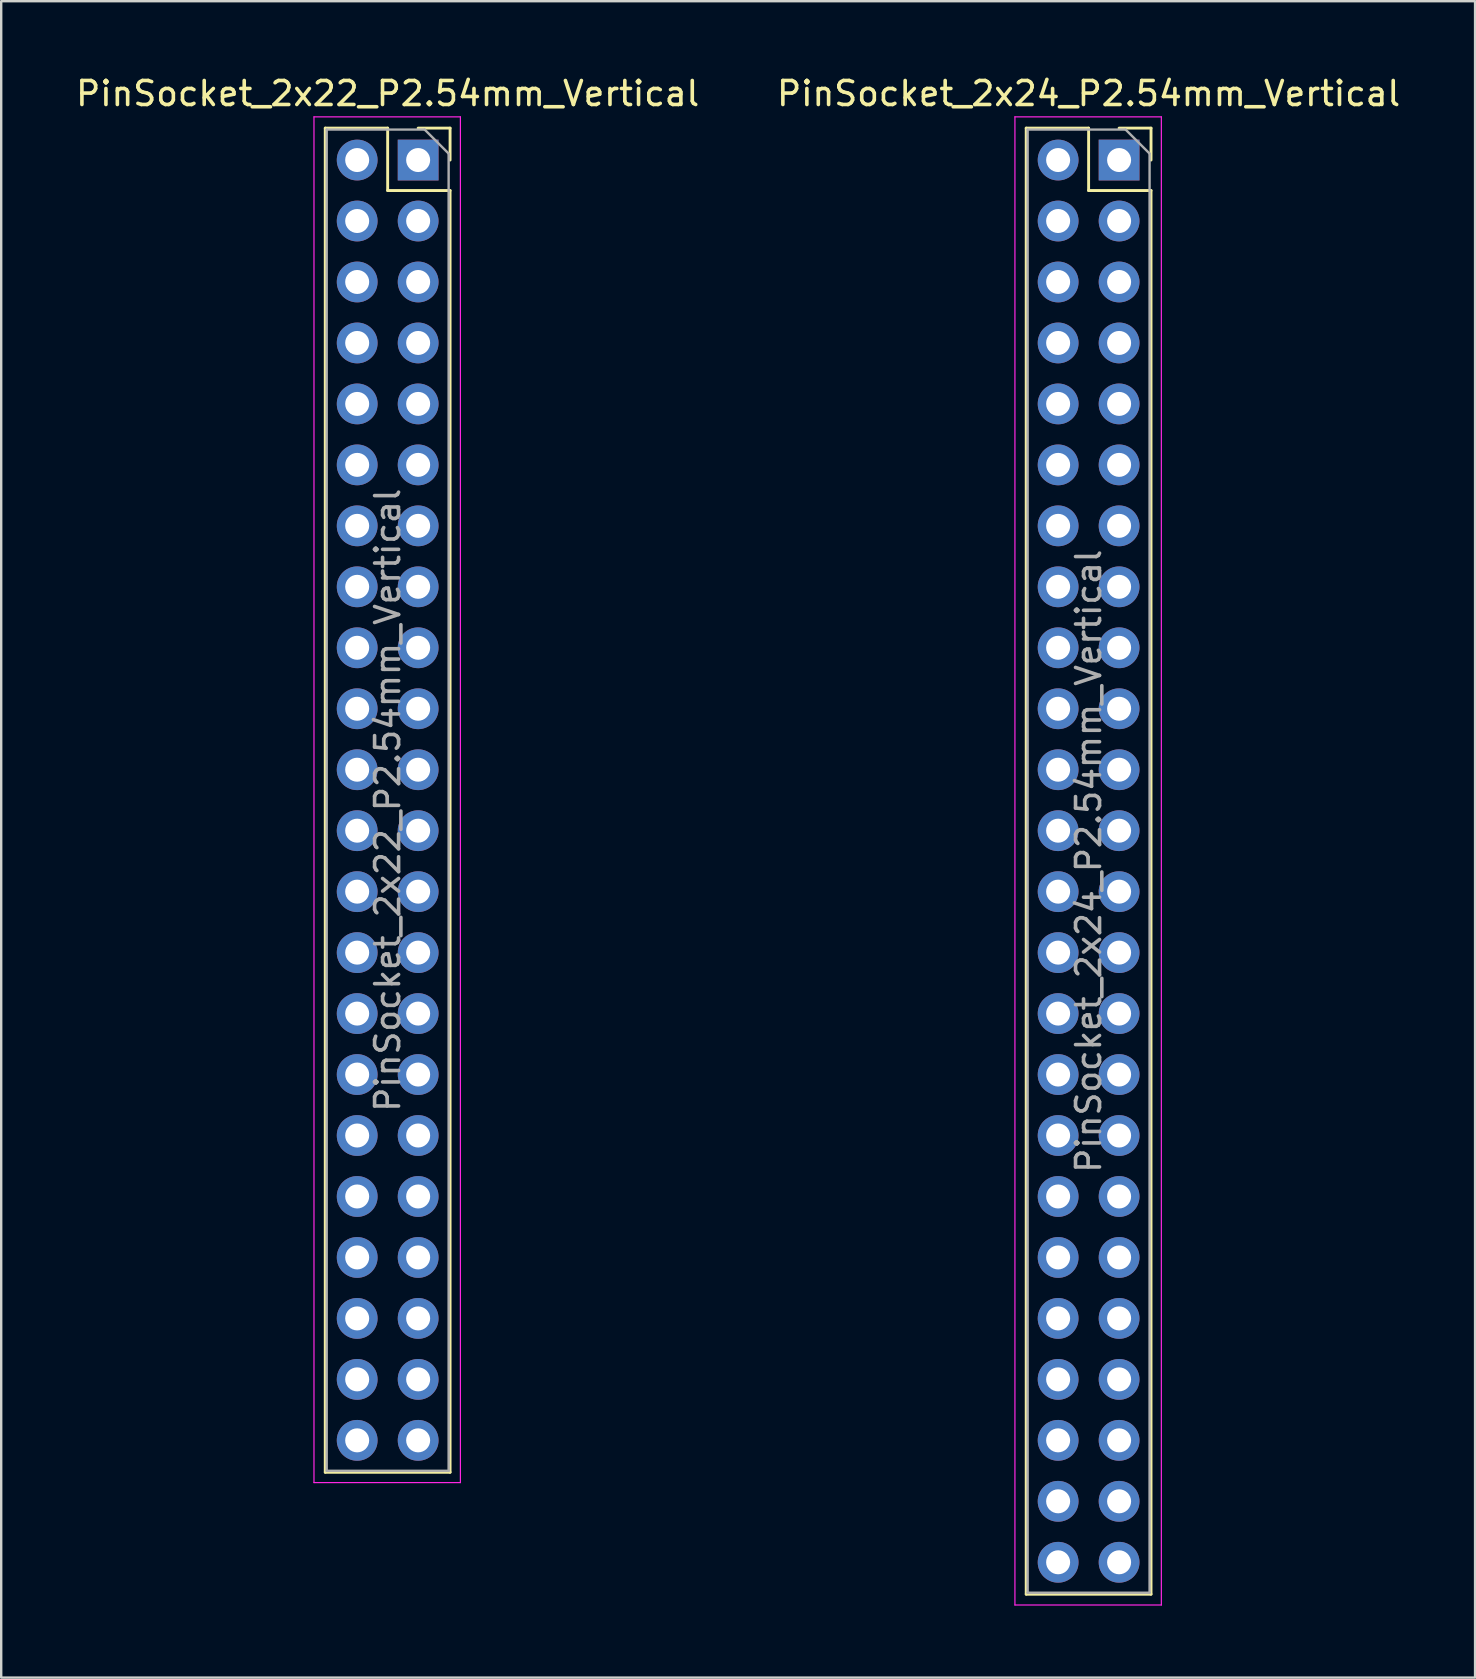
<source format=kicad_pcb>
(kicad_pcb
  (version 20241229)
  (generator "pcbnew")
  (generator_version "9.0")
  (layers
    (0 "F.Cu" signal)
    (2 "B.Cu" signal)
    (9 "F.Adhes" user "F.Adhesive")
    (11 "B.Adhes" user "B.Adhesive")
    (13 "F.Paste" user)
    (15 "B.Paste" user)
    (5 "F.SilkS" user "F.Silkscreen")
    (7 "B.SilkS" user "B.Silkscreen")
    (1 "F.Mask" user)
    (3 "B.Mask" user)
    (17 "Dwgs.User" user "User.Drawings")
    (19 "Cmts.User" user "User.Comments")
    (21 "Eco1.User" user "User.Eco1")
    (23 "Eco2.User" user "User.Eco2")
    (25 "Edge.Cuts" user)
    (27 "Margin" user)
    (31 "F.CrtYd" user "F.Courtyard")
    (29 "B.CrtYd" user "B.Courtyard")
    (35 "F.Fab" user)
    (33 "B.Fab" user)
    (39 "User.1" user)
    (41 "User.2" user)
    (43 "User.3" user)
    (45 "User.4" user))
  (footprint "PinSocket_2x24_P2.54mm_Vertical"
    (layer "F.Cu")
    (at 43.574 3.618)
    (property "Reference" "PinSocket_2x24_P2.54mm_Vertical" (at -1.27 -2.77 0) (layer "F.SilkS") (effects (font (size 1 1) (thickness 0.15))))
    (attr through_hole)
    (fp_line (start -3.87 -1.33) (end -3.87 59.75) (stroke (width 0.12) (type solid)) (layer "F.SilkS"))
    (fp_line (start -3.87 -1.33) (end -1.27 -1.33) (stroke (width 0.12) (type solid)) (layer "F.SilkS"))
    (fp_line (start -3.87 59.75) (end 1.33 59.75) (stroke (width 0.12) (type solid)) (layer "F.SilkS"))
    (fp_line (start -1.27 -1.33) (end -1.27 1.27) (stroke (width 0.12) (type solid)) (layer "F.SilkS"))
    (fp_line (start -1.27 1.27) (end 1.33 1.27) (stroke (width 0.12) (type solid)) (layer "F.SilkS"))
    (fp_line (start 0 -1.33) (end 1.33 -1.33) (stroke (width 0.12) (type solid)) (layer "F.SilkS"))
    (fp_line (start 1.33 -1.33) (end 1.33 0) (stroke (width 0.12) (type solid)) (layer "F.SilkS"))
    (fp_line (start 1.33 1.27) (end 1.33 59.75) (stroke (width 0.12) (type solid)) (layer "F.SilkS"))
    (fp_line (start -4.34 -1.8) (end 1.76 -1.8) (stroke (width 0.05) (type solid)) (layer "F.CrtYd"))
    (fp_line (start -4.34 60.2) (end -4.34 -1.8) (stroke (width 0.05) (type solid)) (layer "F.CrtYd"))
    (fp_line (start 1.76 -1.8) (end 1.76 60.2) (stroke (width 0.05) (type solid)) (layer "F.CrtYd"))
    (fp_line (start 1.76 60.2) (end -4.34 60.2) (stroke (width 0.05) (type solid)) (layer "F.CrtYd"))
    (fp_line (start -3.81 -1.27) (end 0.27 -1.27) (stroke (width 0.1) (type solid)) (layer "F.Fab"))
    (fp_line (start -3.81 59.69) (end -3.81 -1.27) (stroke (width 0.1) (type solid)) (layer "F.Fab"))
    (fp_line (start 0.27 -1.27) (end 1.27 -0.27) (stroke (width 0.1) (type solid)) (layer "F.Fab"))
    (fp_line (start 1.27 -0.27) (end 1.27 59.69) (stroke (width 0.1) (type solid)) (layer "F.Fab"))
    (fp_line (start 1.27 59.69) (end -3.81 59.69) (stroke (width 0.1) (type solid)) (layer "F.Fab"))
    (fp_text user "${REFERENCE}" (at -1.27 29.21 90) (layer "F.Fab") (effects (font (size 1 1) (thickness 0.15))))
    (pad "1" thru_hole rect (at 0 0) (size 1.7 1.7) (drill 1) (layers "*.Cu" "*.Mask"))
    (pad "2" thru_hole oval (at -2.54 0) (size 1.7 1.7) (drill 1) (layers "*.Cu" "*.Mask"))
    (pad "3" thru_hole oval (at 0 2.54) (size 1.7 1.7) (drill 1) (layers "*.Cu" "*.Mask"))
    (pad "4" thru_hole oval (at -2.54 2.54) (size 1.7 1.7) (drill 1) (layers "*.Cu" "*.Mask"))
    (pad "5" thru_hole oval (at 0 5.08) (size 1.7 1.7) (drill 1) (layers "*.Cu" "*.Mask"))
    (pad "6" thru_hole oval (at -2.54 5.08) (size 1.7 1.7) (drill 1) (layers "*.Cu" "*.Mask"))
    (pad "7" thru_hole oval (at 0 7.62) (size 1.7 1.7) (drill 1) (layers "*.Cu" "*.Mask"))
    (pad "8" thru_hole oval (at -2.54 7.62) (size 1.7 1.7) (drill 1) (layers "*.Cu" "*.Mask"))
    (pad "9" thru_hole oval (at 0 10.16) (size 1.7 1.7) (drill 1) (layers "*.Cu" "*.Mask"))
    (pad "10" thru_hole oval (at -2.54 10.16) (size 1.7 1.7) (drill 1) (layers "*.Cu" "*.Mask"))
    (pad "11" thru_hole oval (at 0 12.7) (size 1.7 1.7) (drill 1) (layers "*.Cu" "*.Mask"))
    (pad "12" thru_hole oval (at -2.54 12.7) (size 1.7 1.7) (drill 1) (layers "*.Cu" "*.Mask"))
    (pad "13" thru_hole oval (at 0 15.24) (size 1.7 1.7) (drill 1) (layers "*.Cu" "*.Mask"))
    (pad "14" thru_hole oval (at -2.54 15.24) (size 1.7 1.7) (drill 1) (layers "*.Cu" "*.Mask"))
    (pad "15" thru_hole oval (at 0 17.78) (size 1.7 1.7) (drill 1) (layers "*.Cu" "*.Mask"))
    (pad "16" thru_hole oval (at -2.54 17.78) (size 1.7 1.7) (drill 1) (layers "*.Cu" "*.Mask"))
    (pad "17" thru_hole oval (at 0 20.32) (size 1.7 1.7) (drill 1) (layers "*.Cu" "*.Mask"))
    (pad "18" thru_hole oval (at -2.54 20.32) (size 1.7 1.7) (drill 1) (layers "*.Cu" "*.Mask"))
    (pad "19" thru_hole oval (at 0 22.86) (size 1.7 1.7) (drill 1) (layers "*.Cu" "*.Mask"))
    (pad "20" thru_hole oval (at -2.54 22.86) (size 1.7 1.7) (drill 1) (layers "*.Cu" "*.Mask"))
    (pad "21" thru_hole oval (at 0 25.4) (size 1.7 1.7) (drill 1) (layers "*.Cu" "*.Mask"))
    (pad "22" thru_hole oval (at -2.54 25.4) (size 1.7 1.7) (drill 1) (layers "*.Cu" "*.Mask"))
    (pad "23" thru_hole oval (at 0 27.94) (size 1.7 1.7) (drill 1) (layers "*.Cu" "*.Mask"))
    (pad "24" thru_hole oval (at -2.54 27.94) (size 1.7 1.7) (drill 1) (layers "*.Cu" "*.Mask"))
    (pad "25" thru_hole oval (at 0 30.48) (size 1.7 1.7) (drill 1) (layers "*.Cu" "*.Mask"))
    (pad "26" thru_hole oval (at -2.54 30.48) (size 1.7 1.7) (drill 1) (layers "*.Cu" "*.Mask"))
    (pad "27" thru_hole oval (at 0 33.02) (size 1.7 1.7) (drill 1) (layers "*.Cu" "*.Mask"))
    (pad "28" thru_hole oval (at -2.54 33.02) (size 1.7 1.7) (drill 1) (layers "*.Cu" "*.Mask"))
    (pad "29" thru_hole oval (at 0 35.56) (size 1.7 1.7) (drill 1) (layers "*.Cu" "*.Mask"))
    (pad "30" thru_hole oval (at -2.54 35.56) (size 1.7 1.7) (drill 1) (layers "*.Cu" "*.Mask"))
    (pad "31" thru_hole oval (at 0 38.1) (size 1.7 1.7) (drill 1) (layers "*.Cu" "*.Mask"))
    (pad "32" thru_hole oval (at -2.54 38.1) (size 1.7 1.7) (drill 1) (layers "*.Cu" "*.Mask"))
    (pad "33" thru_hole oval (at 0 40.64) (size 1.7 1.7) (drill 1) (layers "*.Cu" "*.Mask"))
    (pad "34" thru_hole oval (at -2.54 40.64) (size 1.7 1.7) (drill 1) (layers "*.Cu" "*.Mask"))
    (pad "35" thru_hole oval (at 0 43.18) (size 1.7 1.7) (drill 1) (layers "*.Cu" "*.Mask"))
    (pad "36" thru_hole oval (at -2.54 43.18) (size 1.7 1.7) (drill 1) (layers "*.Cu" "*.Mask"))
    (pad "37" thru_hole oval (at 0 45.72) (size 1.7 1.7) (drill 1) (layers "*.Cu" "*.Mask"))
    (pad "38" thru_hole oval (at -2.54 45.72) (size 1.7 1.7) (drill 1) (layers "*.Cu" "*.Mask"))
    (pad "39" thru_hole oval (at 0 48.26) (size 1.7 1.7) (drill 1) (layers "*.Cu" "*.Mask"))
    (pad "40" thru_hole oval (at -2.54 48.26) (size 1.7 1.7) (drill 1) (layers "*.Cu" "*.Mask"))
    (pad "41" thru_hole oval (at 0 50.8) (size 1.7 1.7) (drill 1) (layers "*.Cu" "*.Mask"))
    (pad "42" thru_hole oval (at -2.54 50.8) (size 1.7 1.7) (drill 1) (layers "*.Cu" "*.Mask"))
    (pad "43" thru_hole oval (at 0 53.34) (size 1.7 1.7) (drill 1) (layers "*.Cu" "*.Mask"))
    (pad "44" thru_hole oval (at -2.54 53.34) (size 1.7 1.7) (drill 1) (layers "*.Cu" "*.Mask"))
    (pad "45" thru_hole oval (at 0 55.88) (size 1.7 1.7) (drill 1) (layers "*.Cu" "*.Mask"))
    (pad "46" thru_hole oval (at -2.54 55.88) (size 1.7 1.7) (drill 1) (layers "*.Cu" "*.Mask"))
    (pad "47" thru_hole oval (at 0 58.42) (size 1.7 1.7) (drill 1) (layers "*.Cu" "*.Mask"))
    (pad "48" thru_hole oval (at -2.54 58.42) (size 1.7 1.7) (drill 1) (layers "*.Cu" "*.Mask")))
  (footprint "PinSocket_2x22_P2.54mm_Vertical"
    (layer "F.Cu")
    (at 14.371 3.618)
    (property "Reference" "PinSocket_2x22_P2.54mm_Vertical" (at -1.27 -2.77 0) (layer "F.SilkS") (effects (font (size 1 1) (thickness 0.15))))
    (attr through_hole)
    (fp_line (start -3.87 -1.33) (end -3.87 54.67) (stroke (width 0.12) (type solid)) (layer "F.SilkS"))
    (fp_line (start -3.87 -1.33) (end -1.27 -1.33) (stroke (width 0.12) (type solid)) (layer "F.SilkS"))
    (fp_line (start -3.87 54.67) (end 1.33 54.67) (stroke (width 0.12) (type solid)) (layer "F.SilkS"))
    (fp_line (start -1.27 -1.33) (end -1.27 1.27) (stroke (width 0.12) (type solid)) (layer "F.SilkS"))
    (fp_line (start -1.27 1.27) (end 1.33 1.27) (stroke (width 0.12) (type solid)) (layer "F.SilkS"))
    (fp_line (start 0 -1.33) (end 1.33 -1.33) (stroke (width 0.12) (type solid)) (layer "F.SilkS"))
    (fp_line (start 1.33 -1.33) (end 1.33 0) (stroke (width 0.12) (type solid)) (layer "F.SilkS"))
    (fp_line (start 1.33 1.27) (end 1.33 54.67) (stroke (width 0.12) (type solid)) (layer "F.SilkS"))
    (fp_line (start -4.34 -1.8) (end 1.76 -1.8) (stroke (width 0.05) (type solid)) (layer "F.CrtYd"))
    (fp_line (start -4.34 55.1) (end -4.34 -1.8) (stroke (width 0.05) (type solid)) (layer "F.CrtYd"))
    (fp_line (start 1.76 -1.8) (end 1.76 55.1) (stroke (width 0.05) (type solid)) (layer "F.CrtYd"))
    (fp_line (start 1.76 55.1) (end -4.34 55.1) (stroke (width 0.05) (type solid)) (layer "F.CrtYd"))
    (fp_line (start -3.81 -1.27) (end 0.27 -1.27) (stroke (width 0.1) (type solid)) (layer "F.Fab"))
    (fp_line (start -3.81 54.61) (end -3.81 -1.27) (stroke (width 0.1) (type solid)) (layer "F.Fab"))
    (fp_line (start 0.27 -1.27) (end 1.27 -0.27) (stroke (width 0.1) (type solid)) (layer "F.Fab"))
    (fp_line (start 1.27 -0.27) (end 1.27 54.61) (stroke (width 0.1) (type solid)) (layer "F.Fab"))
    (fp_line (start 1.27 54.61) (end -3.81 54.61) (stroke (width 0.1) (type solid)) (layer "F.Fab"))
    (fp_text user "${REFERENCE}" (at -1.27 26.67 90) (layer "F.Fab") (effects (font (size 1 1) (thickness 0.15))))
    (pad "1" thru_hole rect (at 0 0) (size 1.7 1.7) (drill 1) (layers "*.Cu" "*.Mask"))
    (pad "2" thru_hole oval (at -2.54 0) (size 1.7 1.7) (drill 1) (layers "*.Cu" "*.Mask"))
    (pad "3" thru_hole oval (at 0 2.54) (size 1.7 1.7) (drill 1) (layers "*.Cu" "*.Mask"))
    (pad "4" thru_hole oval (at -2.54 2.54) (size 1.7 1.7) (drill 1) (layers "*.Cu" "*.Mask"))
    (pad "5" thru_hole oval (at 0 5.08) (size 1.7 1.7) (drill 1) (layers "*.Cu" "*.Mask"))
    (pad "6" thru_hole oval (at -2.54 5.08) (size 1.7 1.7) (drill 1) (layers "*.Cu" "*.Mask"))
    (pad "7" thru_hole oval (at 0 7.62) (size 1.7 1.7) (drill 1) (layers "*.Cu" "*.Mask"))
    (pad "8" thru_hole oval (at -2.54 7.62) (size 1.7 1.7) (drill 1) (layers "*.Cu" "*.Mask"))
    (pad "9" thru_hole oval (at 0 10.16) (size 1.7 1.7) (drill 1) (layers "*.Cu" "*.Mask"))
    (pad "10" thru_hole oval (at -2.54 10.16) (size 1.7 1.7) (drill 1) (layers "*.Cu" "*.Mask"))
    (pad "11" thru_hole oval (at 0 12.7) (size 1.7 1.7) (drill 1) (layers "*.Cu" "*.Mask"))
    (pad "12" thru_hole oval (at -2.54 12.7) (size 1.7 1.7) (drill 1) (layers "*.Cu" "*.Mask"))
    (pad "13" thru_hole oval (at 0 15.24) (size 1.7 1.7) (drill 1) (layers "*.Cu" "*.Mask"))
    (pad "14" thru_hole oval (at -2.54 15.24) (size 1.7 1.7) (drill 1) (layers "*.Cu" "*.Mask"))
    (pad "15" thru_hole oval (at 0 17.78) (size 1.7 1.7) (drill 1) (layers "*.Cu" "*.Mask"))
    (pad "16" thru_hole oval (at -2.54 17.78) (size 1.7 1.7) (drill 1) (layers "*.Cu" "*.Mask"))
    (pad "17" thru_hole oval (at 0 20.32) (size 1.7 1.7) (drill 1) (layers "*.Cu" "*.Mask"))
    (pad "18" thru_hole oval (at -2.54 20.32) (size 1.7 1.7) (drill 1) (layers "*.Cu" "*.Mask"))
    (pad "19" thru_hole oval (at 0 22.86) (size 1.7 1.7) (drill 1) (layers "*.Cu" "*.Mask"))
    (pad "20" thru_hole oval (at -2.54 22.86) (size 1.7 1.7) (drill 1) (layers "*.Cu" "*.Mask"))
    (pad "21" thru_hole oval (at 0 25.4) (size 1.7 1.7) (drill 1) (layers "*.Cu" "*.Mask"))
    (pad "22" thru_hole oval (at -2.54 25.4) (size 1.7 1.7) (drill 1) (layers "*.Cu" "*.Mask"))
    (pad "23" thru_hole oval (at 0 27.94) (size 1.7 1.7) (drill 1) (layers "*.Cu" "*.Mask"))
    (pad "24" thru_hole oval (at -2.54 27.94) (size 1.7 1.7) (drill 1) (layers "*.Cu" "*.Mask"))
    (pad "25" thru_hole oval (at 0 30.48) (size 1.7 1.7) (drill 1) (layers "*.Cu" "*.Mask"))
    (pad "26" thru_hole oval (at -2.54 30.48) (size 1.7 1.7) (drill 1) (layers "*.Cu" "*.Mask"))
    (pad "27" thru_hole oval (at 0 33.02) (size 1.7 1.7) (drill 1) (layers "*.Cu" "*.Mask"))
    (pad "28" thru_hole oval (at -2.54 33.02) (size 1.7 1.7) (drill 1) (layers "*.Cu" "*.Mask"))
    (pad "29" thru_hole oval (at 0 35.56) (size 1.7 1.7) (drill 1) (layers "*.Cu" "*.Mask"))
    (pad "30" thru_hole oval (at -2.54 35.56) (size 1.7 1.7) (drill 1) (layers "*.Cu" "*.Mask"))
    (pad "31" thru_hole oval (at 0 38.1) (size 1.7 1.7) (drill 1) (layers "*.Cu" "*.Mask"))
    (pad "32" thru_hole oval (at -2.54 38.1) (size 1.7 1.7) (drill 1) (layers "*.Cu" "*.Mask"))
    (pad "33" thru_hole oval (at 0 40.64) (size 1.7 1.7) (drill 1) (layers "*.Cu" "*.Mask"))
    (pad "34" thru_hole oval (at -2.54 40.64) (size 1.7 1.7) (drill 1) (layers "*.Cu" "*.Mask"))
    (pad "35" thru_hole oval (at 0 43.18) (size 1.7 1.7) (drill 1) (layers "*.Cu" "*.Mask"))
    (pad "36" thru_hole oval (at -2.54 43.18) (size 1.7 1.7) (drill 1) (layers "*.Cu" "*.Mask"))
    (pad "37" thru_hole oval (at 0 45.72) (size 1.7 1.7) (drill 1) (layers "*.Cu" "*.Mask"))
    (pad "38" thru_hole oval (at -2.54 45.72) (size 1.7 1.7) (drill 1) (layers "*.Cu" "*.Mask"))
    (pad "39" thru_hole oval (at 0 48.26) (size 1.7 1.7) (drill 1) (layers "*.Cu" "*.Mask"))
    (pad "40" thru_hole oval (at -2.54 48.26) (size 1.7 1.7) (drill 1) (layers "*.Cu" "*.Mask"))
    (pad "41" thru_hole oval (at 0 50.8) (size 1.7 1.7) (drill 1) (layers "*.Cu" "*.Mask"))
    (pad "42" thru_hole oval (at -2.54 50.8) (size 1.7 1.7) (drill 1) (layers "*.Cu" "*.Mask"))
    (pad "43" thru_hole oval (at 0 53.34) (size 1.7 1.7) (drill 1) (layers "*.Cu" "*.Mask"))
    (pad "44" thru_hole oval (at -2.54 53.34) (size 1.7 1.7) (drill 1) (layers "*.Cu" "*.Mask")))
  (gr_rect
    (start -3 -3)
    (end 58.405 66.843)
    (stroke (width 0.1) (type default))
    (fill no)
    (layer "Edge.Cuts")))
</source>
